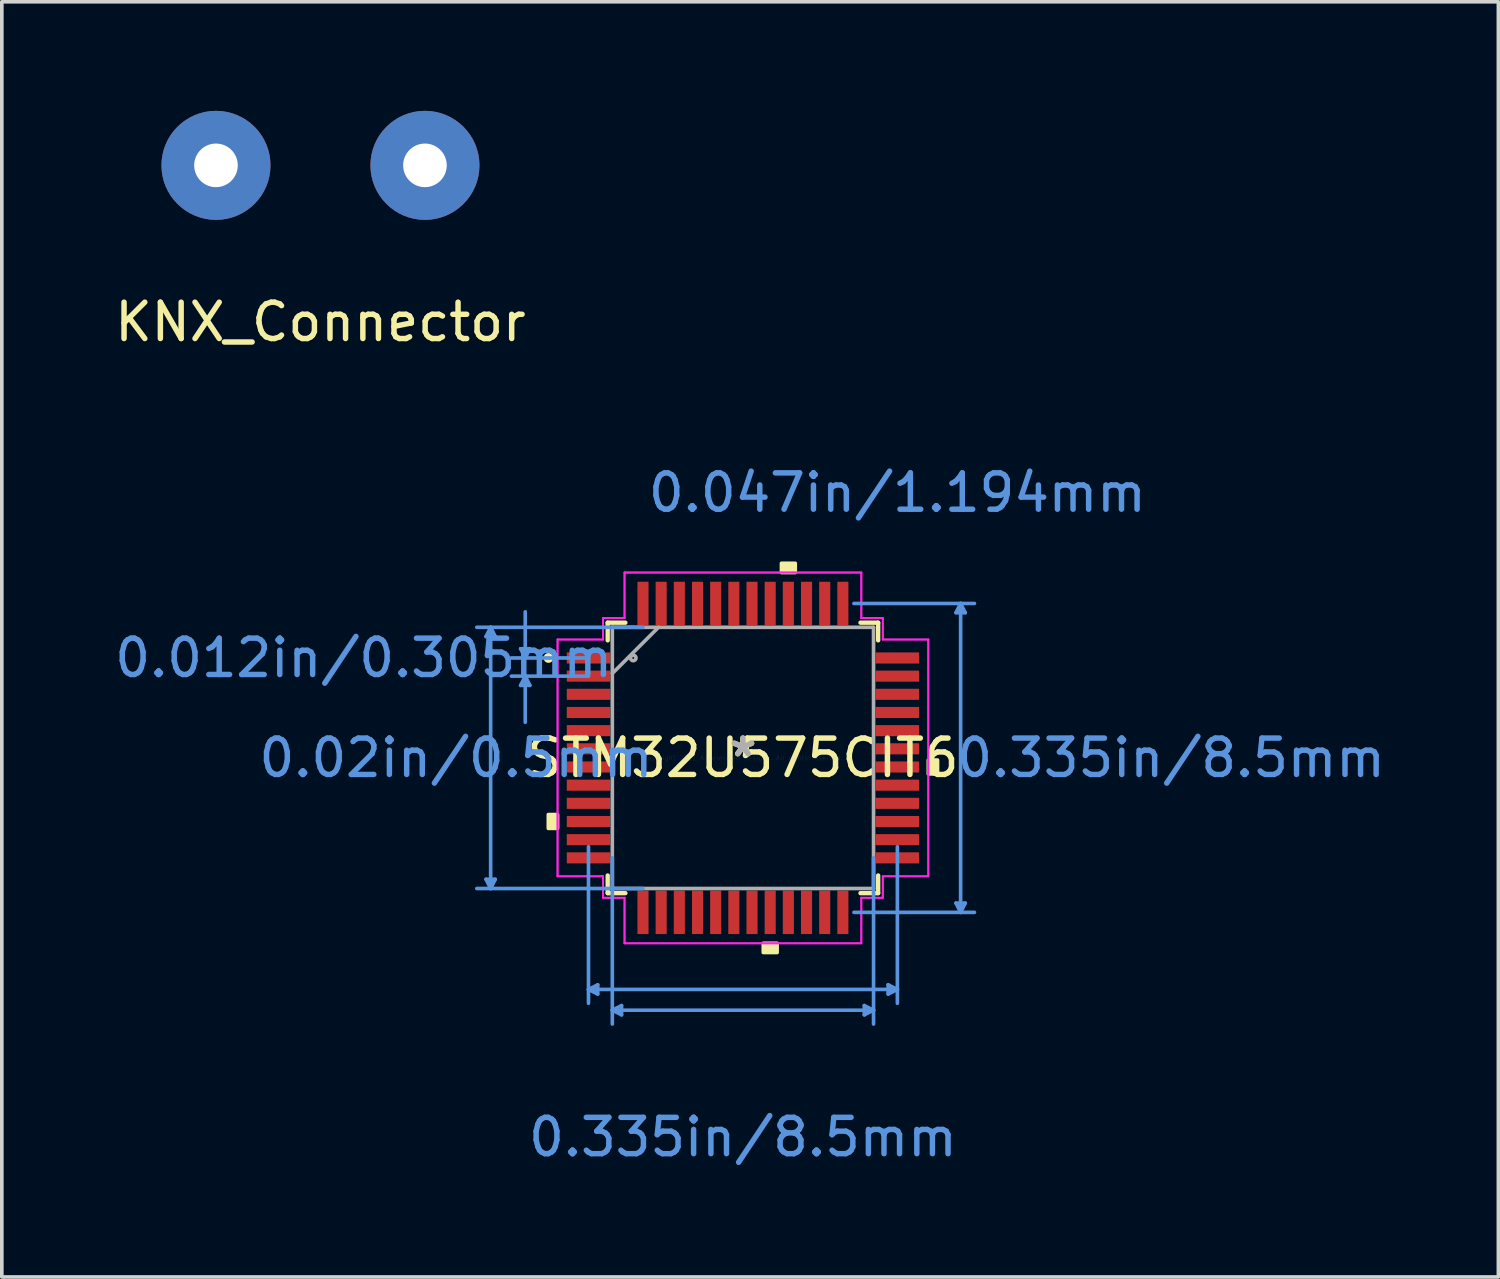
<source format=kicad_pcb>
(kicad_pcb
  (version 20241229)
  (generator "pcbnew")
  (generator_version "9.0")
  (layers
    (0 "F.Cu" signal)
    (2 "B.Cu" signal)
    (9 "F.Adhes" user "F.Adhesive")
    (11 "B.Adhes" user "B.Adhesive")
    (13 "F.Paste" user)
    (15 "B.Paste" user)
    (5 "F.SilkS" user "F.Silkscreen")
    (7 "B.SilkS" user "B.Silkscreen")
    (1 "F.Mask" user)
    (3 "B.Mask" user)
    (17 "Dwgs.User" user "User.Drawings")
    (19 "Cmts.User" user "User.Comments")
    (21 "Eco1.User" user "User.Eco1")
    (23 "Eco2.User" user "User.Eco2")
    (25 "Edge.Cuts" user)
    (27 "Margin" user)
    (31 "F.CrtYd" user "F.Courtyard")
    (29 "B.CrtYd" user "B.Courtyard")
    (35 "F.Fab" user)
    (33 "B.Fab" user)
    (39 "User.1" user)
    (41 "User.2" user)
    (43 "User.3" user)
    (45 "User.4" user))
  (footprint "STM32U575CIT6"
    (layer "F.Cu")
    (at 17.393 17.805)
    (property "Reference" "STM32U575CIT6" (at 0 0 0) (layer "F.SilkS") (effects (font (size 1 1) (thickness 0.15))))
    (attr through_hole)
    (fp_line (start -3.721 -3.721) (end -3.721 -3.235) (stroke (width 0.12) (type solid)) (layer "F.SilkS"))
    (fp_line (start -3.721 3.235) (end -3.721 3.721) (stroke (width 0.12) (type solid)) (layer "F.SilkS"))
    (fp_line (start -3.721 3.721) (end -3.235 3.721) (stroke (width 0.12) (type solid)) (layer "F.SilkS"))
    (fp_line (start -3.235 -3.721) (end -3.721 -3.721) (stroke (width 0.12) (type solid)) (layer "F.SilkS"))
    (fp_line (start 3.235 3.721) (end 3.721 3.721) (stroke (width 0.12) (type solid)) (layer "F.SilkS"))
    (fp_line (start 3.721 -3.721) (end 3.235 -3.721) (stroke (width 0.12) (type solid)) (layer "F.SilkS"))
    (fp_line (start 3.721 -3.235) (end 3.721 -3.721) (stroke (width 0.12) (type solid)) (layer "F.SilkS"))
    (fp_line (start 3.721 3.721) (end 3.721 3.235) (stroke (width 0.12) (type solid)) (layer "F.SilkS"))
    (fp_circle (center -5.351 -2.75) (end -5.275 -2.75) (stroke (width 0.12) (type solid)) (fill no) (layer "F.SilkS"))
    (fp_poly (pts (xy -5.355 1.559) (xy -5.355 1.94) (xy -5.101 1.94) (xy -5.101 1.559)) (stroke (width 0.1) (type solid)) (fill yes) (layer "F.SilkS"))
    (fp_poly (pts (xy 0.56 5.101) (xy 0.56 5.355) (xy 0.941 5.355) (xy 0.941 5.101)) (stroke (width 0.1) (type solid)) (fill yes) (layer "F.SilkS"))
    (fp_poly (pts (xy 1.06 -5.101) (xy 1.06 -5.355) (xy 1.44 -5.355) (xy 1.44 -5.101)) (stroke (width 0.1) (type solid)) (fill yes) (layer "F.SilkS"))
    (fp_poly (pts (xy 5.355 0.059) (xy 5.355 0.441) (xy 5.101 0.441) (xy 5.101 0.059)) (stroke (width 0.1) (type solid)) (fill yes) (layer "F.SilkS"))
    (fp_line (start -7.069 -3.34) (end -6.815 -3.34) (stroke (width 0.1) (type solid)) (layer "Cmts.User"))
    (fp_line (start -7.069 3.34) (end -6.815 3.34) (stroke (width 0.1) (type solid)) (layer "Cmts.User"))
    (fp_line (start -6.942 -3.594) (end -7.069 -3.34) (stroke (width 0.1) (type solid)) (layer "Cmts.User"))
    (fp_line (start -6.942 -3.594) (end -6.942 3.594) (stroke (width 0.1) (type solid)) (layer "Cmts.User"))
    (fp_line (start -6.942 -3.594) (end -6.815 -3.34) (stroke (width 0.1) (type solid)) (layer "Cmts.User"))
    (fp_line (start -6.942 3.594) (end -7.069 3.34) (stroke (width 0.1) (type solid)) (layer "Cmts.User"))
    (fp_line (start -6.942 3.594) (end -6.815 3.34) (stroke (width 0.1) (type solid)) (layer "Cmts.User"))
    (fp_line (start -6.117 -3.004) (end -5.863 -3.004) (stroke (width 0.1) (type solid)) (layer "Cmts.User"))
    (fp_line (start -6.117 -1.996) (end -5.863 -1.996) (stroke (width 0.1) (type solid)) (layer "Cmts.User"))
    (fp_line (start -5.99 -2.75) (end -6.117 -3.004) (stroke (width 0.1) (type solid)) (layer "Cmts.User"))
    (fp_line (start -5.99 -2.75) (end -5.99 -4.02) (stroke (width 0.1) (type solid)) (layer "Cmts.User"))
    (fp_line (start -5.99 -2.75) (end -5.863 -3.004) (stroke (width 0.1) (type solid)) (layer "Cmts.User"))
    (fp_line (start -5.99 -2.25) (end -6.117 -1.996) (stroke (width 0.1) (type solid)) (layer "Cmts.User"))
    (fp_line (start -5.99 -2.25) (end -5.99 -0.98) (stroke (width 0.1) (type solid)) (layer "Cmts.User"))
    (fp_line (start -5.99 -2.25) (end -5.863 -1.996) (stroke (width 0.1) (type solid)) (layer "Cmts.User"))
    (fp_line (start -4.25 -2.75) (end -6.371 -2.75) (stroke (width 0.1) (type solid)) (layer "Cmts.User"))
    (fp_line (start -4.25 -2.25) (end -6.371 -2.25) (stroke (width 0.1) (type solid)) (layer "Cmts.User"))
    (fp_line (start -4.25 2.445) (end -4.25 6.752) (stroke (width 0.1) (type solid)) (layer "Cmts.User"))
    (fp_line (start -4.25 6.371) (end -3.996 6.244) (stroke (width 0.1) (type solid)) (layer "Cmts.User"))
    (fp_line (start -4.25 6.371) (end -3.996 6.498) (stroke (width 0.1) (type solid)) (layer "Cmts.User"))
    (fp_line (start -4.25 6.371) (end 4.25 6.371) (stroke (width 0.1) (type solid)) (layer "Cmts.User"))
    (fp_line (start -3.996 6.244) (end -3.996 6.498) (stroke (width 0.1) (type solid)) (layer "Cmts.User"))
    (fp_line (start -3.594 2.75) (end -3.594 7.323) (stroke (width 0.1) (type solid)) (layer "Cmts.User"))
    (fp_line (start -3.594 6.942) (end -3.34 6.815) (stroke (width 0.1) (type solid)) (layer "Cmts.User"))
    (fp_line (start -3.594 6.942) (end -3.34 7.069) (stroke (width 0.1) (type solid)) (layer "Cmts.User"))
    (fp_line (start -3.594 6.942) (end 3.594 6.942) (stroke (width 0.1) (type solid)) (layer "Cmts.User"))
    (fp_line (start -3.34 6.815) (end -3.34 7.069) (stroke (width 0.1) (type solid)) (layer "Cmts.User"))
    (fp_line (start -2.75 -3.594) (end -7.323 -3.594) (stroke (width 0.1) (type solid)) (layer "Cmts.User"))
    (fp_line (start -2.75 3.594) (end -7.323 3.594) (stroke (width 0.1) (type solid)) (layer "Cmts.User"))
    (fp_line (start 3.055 -4.25) (end 6.371 -4.25) (stroke (width 0.1) (type solid)) (layer "Cmts.User"))
    (fp_line (start 3.055 4.25) (end 6.371 4.25) (stroke (width 0.1) (type solid)) (layer "Cmts.User"))
    (fp_line (start 3.34 6.815) (end 3.34 7.069) (stroke (width 0.1) (type solid)) (layer "Cmts.User"))
    (fp_line (start 3.594 2.75) (end 3.594 7.323) (stroke (width 0.1) (type solid)) (layer "Cmts.User"))
    (fp_line (start 3.594 6.942) (end 3.34 6.815) (stroke (width 0.1) (type solid)) (layer "Cmts.User"))
    (fp_line (start 3.594 6.942) (end 3.34 7.069) (stroke (width 0.1) (type solid)) (layer "Cmts.User"))
    (fp_line (start 3.996 6.244) (end 3.996 6.498) (stroke (width 0.1) (type solid)) (layer "Cmts.User"))
    (fp_line (start 4.25 2.445) (end 4.25 6.752) (stroke (width 0.1) (type solid)) (layer "Cmts.User"))
    (fp_line (start 4.25 6.371) (end 3.996 6.244) (stroke (width 0.1) (type solid)) (layer "Cmts.User"))
    (fp_line (start 4.25 6.371) (end 3.996 6.498) (stroke (width 0.1) (type solid)) (layer "Cmts.User"))
    (fp_line (start 5.863 -3.996) (end 6.117 -3.996) (stroke (width 0.1) (type solid)) (layer "Cmts.User"))
    (fp_line (start 5.863 3.996) (end 6.117 3.996) (stroke (width 0.1) (type solid)) (layer "Cmts.User"))
    (fp_line (start 5.99 -4.25) (end 5.863 -3.996) (stroke (width 0.1) (type solid)) (layer "Cmts.User"))
    (fp_line (start 5.99 -4.25) (end 5.99 4.25) (stroke (width 0.1) (type solid)) (layer "Cmts.User"))
    (fp_line (start 5.99 -4.25) (end 6.117 -3.996) (stroke (width 0.1) (type solid)) (layer "Cmts.User"))
    (fp_line (start 5.99 4.25) (end 5.863 3.996) (stroke (width 0.1) (type solid)) (layer "Cmts.User"))
    (fp_line (start 5.99 4.25) (end 6.117 3.996) (stroke (width 0.1) (type solid)) (layer "Cmts.User"))
    (fp_line (start -5.101 -3.258) (end -3.848 -3.258) (stroke (width 0.05) (type solid)) (layer "F.CrtYd"))
    (fp_line (start -5.101 -3.258) (end -3.848 -3.258) (stroke (width 0.05) (type solid)) (layer "F.CrtYd"))
    (fp_line (start -5.101 3.258) (end -5.101 -3.258) (stroke (width 0.05) (type solid)) (layer "F.CrtYd"))
    (fp_line (start -5.101 3.258) (end -5.101 -3.258) (stroke (width 0.05) (type solid)) (layer "F.CrtYd"))
    (fp_line (start -3.848 -3.848) (end -3.258 -3.848) (stroke (width 0.05) (type solid)) (layer "F.CrtYd"))
    (fp_line (start -3.848 -3.848) (end -3.258 -3.848) (stroke (width 0.05) (type solid)) (layer "F.CrtYd"))
    (fp_line (start -3.848 -3.258) (end -3.848 -3.848) (stroke (width 0.05) (type solid)) (layer "F.CrtYd"))
    (fp_line (start -3.848 -3.258) (end -3.848 -3.848) (stroke (width 0.05) (type solid)) (layer "F.CrtYd"))
    (fp_line (start -3.848 3.258) (end -5.101 3.258) (stroke (width 0.05) (type solid)) (layer "F.CrtYd"))
    (fp_line (start -3.848 3.258) (end -5.101 3.258) (stroke (width 0.05) (type solid)) (layer "F.CrtYd"))
    (fp_line (start -3.848 3.848) (end -3.848 3.258) (stroke (width 0.05) (type solid)) (layer "F.CrtYd"))
    (fp_line (start -3.848 3.848) (end -3.848 3.258) (stroke (width 0.05) (type solid)) (layer "F.CrtYd"))
    (fp_line (start -3.258 -5.101) (end 3.258 -5.101) (stroke (width 0.05) (type solid)) (layer "F.CrtYd"))
    (fp_line (start -3.258 -5.101) (end 3.258 -5.101) (stroke (width 0.05) (type solid)) (layer "F.CrtYd"))
    (fp_line (start -3.258 -3.848) (end -3.258 -5.101) (stroke (width 0.05) (type solid)) (layer "F.CrtYd"))
    (fp_line (start -3.258 -3.848) (end -3.258 -5.101) (stroke (width 0.05) (type solid)) (layer "F.CrtYd"))
    (fp_line (start -3.258 3.848) (end -3.848 3.848) (stroke (width 0.05) (type solid)) (layer "F.CrtYd"))
    (fp_line (start -3.258 3.848) (end -3.848 3.848) (stroke (width 0.05) (type solid)) (layer "F.CrtYd"))
    (fp_line (start -3.258 5.101) (end -3.258 3.848) (stroke (width 0.05) (type solid)) (layer "F.CrtYd"))
    (fp_line (start -3.258 5.101) (end -3.258 3.848) (stroke (width 0.05) (type solid)) (layer "F.CrtYd"))
    (fp_line (start 3.258 -5.101) (end 3.258 -3.848) (stroke (width 0.05) (type solid)) (layer "F.CrtYd"))
    (fp_line (start 3.258 -5.101) (end 3.258 -3.848) (stroke (width 0.05) (type solid)) (layer "F.CrtYd"))
    (fp_line (start 3.258 -3.848) (end 3.848 -3.848) (stroke (width 0.05) (type solid)) (layer "F.CrtYd"))
    (fp_line (start 3.258 -3.848) (end 3.848 -3.848) (stroke (width 0.05) (type solid)) (layer "F.CrtYd"))
    (fp_line (start 3.258 3.848) (end 3.258 5.101) (stroke (width 0.05) (type solid)) (layer "F.CrtYd"))
    (fp_line (start 3.258 3.848) (end 3.258 5.101) (stroke (width 0.05) (type solid)) (layer "F.CrtYd"))
    (fp_line (start 3.258 5.101) (end -3.258 5.101) (stroke (width 0.05) (type solid)) (layer "F.CrtYd"))
    (fp_line (start 3.258 5.101) (end -3.258 5.101) (stroke (width 0.05) (type solid)) (layer "F.CrtYd"))
    (fp_line (start 3.848 -3.848) (end 3.848 -3.258) (stroke (width 0.05) (type solid)) (layer "F.CrtYd"))
    (fp_line (start 3.848 -3.848) (end 3.848 -3.258) (stroke (width 0.05) (type solid)) (layer "F.CrtYd"))
    (fp_line (start 3.848 -3.258) (end 5.101 -3.258) (stroke (width 0.05) (type solid)) (layer "F.CrtYd"))
    (fp_line (start 3.848 -3.258) (end 5.101 -3.258) (stroke (width 0.05) (type solid)) (layer "F.CrtYd"))
    (fp_line (start 3.848 3.258) (end 3.848 3.848) (stroke (width 0.05) (type solid)) (layer "F.CrtYd"))
    (fp_line (start 3.848 3.258) (end 3.848 3.848) (stroke (width 0.05) (type solid)) (layer "F.CrtYd"))
    (fp_line (start 3.848 3.848) (end 3.258 3.848) (stroke (width 0.05) (type solid)) (layer "F.CrtYd"))
    (fp_line (start 3.848 3.848) (end 3.258 3.848) (stroke (width 0.05) (type solid)) (layer "F.CrtYd"))
    (fp_line (start 5.101 -3.258) (end 5.101 3.258) (stroke (width 0.05) (type solid)) (layer "F.CrtYd"))
    (fp_line (start 5.101 -3.258) (end 5.101 3.258) (stroke (width 0.05) (type solid)) (layer "F.CrtYd"))
    (fp_line (start 5.101 3.258) (end 3.848 3.258) (stroke (width 0.05) (type solid)) (layer "F.CrtYd"))
    (fp_line (start 5.101 3.258) (end 3.848 3.258) (stroke (width 0.05) (type solid)) (layer "F.CrtYd"))
    (fp_line (start -3.594 -3.594) (end -3.594 3.594) (stroke (width 0.1) (type solid)) (layer "F.Fab"))
    (fp_line (start -3.594 -2.324) (end -2.324 -3.594) (stroke (width 0.1) (type solid)) (layer "F.Fab"))
    (fp_line (start -3.594 3.594) (end 3.594 3.594) (stroke (width 0.1) (type solid)) (layer "F.Fab"))
    (fp_line (start 3.594 -3.594) (end -3.594 -3.594) (stroke (width 0.1) (type solid)) (layer "F.Fab"))
    (fp_line (start 3.594 3.594) (end 3.594 -3.594) (stroke (width 0.1) (type solid)) (layer "F.Fab"))
    (fp_circle (center -3.018 -2.75) (end -2.942 -2.75) (stroke (width 0.1) (type solid)) (fill no) (layer "F.Fab"))
    (fp_text user "*" (at 0 0 0) (layer "F.SilkS") (effects (font (size 1 1) (thickness 0.15))))
    (fp_text user "0.047in/1.194mm" (at 4.25 -7.298 0) (layer "Cmts.User") (effects (font (size 1 1) (thickness 0.15))))
    (fp_text user "0.012in/0.305mm" (at -10.435 -2.75 0) (layer "Cmts.User") (effects (font (size 1 1) (thickness 0.15))))
    (fp_text user "0.02in/0.5mm" (at -7.895 0 0) (layer "Cmts.User") (effects (font (size 1 1) (thickness 0.15))))
    (fp_text user "0.335in/8.5mm" (at 11.781 0 0) (layer "Cmts.User") (effects (font (size 1 1) (thickness 0.15))))
    (fp_text user "Copyright 2021 Accelerated Designs. All rights reserved." (at 0 0 0) (layer "Cmts.User") (effects (font (size 0.127 0.127) (thickness 0.002))))
    (fp_text user "0.335in/8.5mm" (at 0 10.435 0) (layer "Cmts.User") (effects (font (size 1 1) (thickness 0.15))))
    (fp_text user "*" (at 0 0 0) (layer "F.Fab") (effects (font (size 1 1) (thickness 0.15))))
    (pad "1" smd rect (at -4.25 -2.75) (size 1.194 0.305) (layers "F.Cu" "F.Mask" "F.Paste"))
    (pad "2" smd rect (at -4.25 -2.25) (size 1.194 0.305) (layers "F.Cu" "F.Mask" "F.Paste"))
    (pad "3" smd rect (at -4.25 -1.75) (size 1.194 0.305) (layers "F.Cu" "F.Mask" "F.Paste"))
    (pad "4" smd rect (at -4.25 -1.25) (size 1.194 0.305) (layers "F.Cu" "F.Mask" "F.Paste"))
    (pad "5" smd rect (at -4.25 -0.75) (size 1.194 0.305) (layers "F.Cu" "F.Mask" "F.Paste"))
    (pad "6" smd rect (at -4.25 -0.25) (size 1.194 0.305) (layers "F.Cu" "F.Mask" "F.Paste"))
    (pad "7" smd rect (at -4.25 0.25) (size 1.194 0.305) (layers "F.Cu" "F.Mask" "F.Paste"))
    (pad "8" smd rect (at -4.25 0.75) (size 1.194 0.305) (layers "F.Cu" "F.Mask" "F.Paste"))
    (pad "9" smd rect (at -4.25 1.25) (size 1.194 0.305) (layers "F.Cu" "F.Mask" "F.Paste"))
    (pad "10" smd rect (at -4.25 1.75) (size 1.194 0.305) (layers "F.Cu" "F.Mask" "F.Paste"))
    (pad "11" smd rect (at -4.25 2.25) (size 1.194 0.305) (layers "F.Cu" "F.Mask" "F.Paste"))
    (pad "12" smd rect (at -4.25 2.75) (size 1.194 0.305) (layers "F.Cu" "F.Mask" "F.Paste"))
    (pad "13" smd rect (at -2.75 4.25 90) (size 1.194 0.305) (layers "F.Cu" "F.Mask" "F.Paste"))
    (pad "14" smd rect (at -2.25 4.25 90) (size 1.194 0.305) (layers "F.Cu" "F.Mask" "F.Paste"))
    (pad "15" smd rect (at -1.75 4.25 90) (size 1.194 0.305) (layers "F.Cu" "F.Mask" "F.Paste"))
    (pad "16" smd rect (at -1.25 4.25 90) (size 1.194 0.305) (layers "F.Cu" "F.Mask" "F.Paste"))
    (pad "17" smd rect (at -0.75 4.25 90) (size 1.194 0.305) (layers "F.Cu" "F.Mask" "F.Paste"))
    (pad "18" smd rect (at -0.25 4.25 90) (size 1.194 0.305) (layers "F.Cu" "F.Mask" "F.Paste"))
    (pad "19" smd rect (at 0.25 4.25 90) (size 1.194 0.305) (layers "F.Cu" "F.Mask" "F.Paste"))
    (pad "20" smd rect (at 0.75 4.25 90) (size 1.194 0.305) (layers "F.Cu" "F.Mask" "F.Paste"))
    (pad "21" smd rect (at 1.25 4.25 90) (size 1.194 0.305) (layers "F.Cu" "F.Mask" "F.Paste"))
    (pad "22" smd rect (at 1.75 4.25 90) (size 1.194 0.305) (layers "F.Cu" "F.Mask" "F.Paste"))
    (pad "23" smd rect (at 2.25 4.25 90) (size 1.194 0.305) (layers "F.Cu" "F.Mask" "F.Paste"))
    (pad "24" smd rect (at 2.75 4.25 90) (size 1.194 0.305) (layers "F.Cu" "F.Mask" "F.Paste"))
    (pad "25" smd rect (at 4.25 2.75) (size 1.194 0.305) (layers "F.Cu" "F.Mask" "F.Paste"))
    (pad "26" smd rect (at 4.25 2.25) (size 1.194 0.305) (layers "F.Cu" "F.Mask" "F.Paste"))
    (pad "27" smd rect (at 4.25 1.75) (size 1.194 0.305) (layers "F.Cu" "F.Mask" "F.Paste"))
    (pad "28" smd rect (at 4.25 1.25) (size 1.194 0.305) (layers "F.Cu" "F.Mask" "F.Paste"))
    (pad "29" smd rect (at 4.25 0.75) (size 1.194 0.305) (layers "F.Cu" "F.Mask" "F.Paste"))
    (pad "30" smd rect (at 4.25 0.25) (size 1.194 0.305) (layers "F.Cu" "F.Mask" "F.Paste"))
    (pad "31" smd rect (at 4.25 -0.25) (size 1.194 0.305) (layers "F.Cu" "F.Mask" "F.Paste"))
    (pad "32" smd rect (at 4.25 -0.75) (size 1.194 0.305) (layers "F.Cu" "F.Mask" "F.Paste"))
    (pad "33" smd rect (at 4.25 -1.25) (size 1.194 0.305) (layers "F.Cu" "F.Mask" "F.Paste"))
    (pad "34" smd rect (at 4.25 -1.75) (size 1.194 0.305) (layers "F.Cu" "F.Mask" "F.Paste"))
    (pad "35" smd rect (at 4.25 -2.25) (size 1.194 0.305) (layers "F.Cu" "F.Mask" "F.Paste"))
    (pad "36" smd rect (at 4.25 -2.75) (size 1.194 0.305) (layers "F.Cu" "F.Mask" "F.Paste"))
    (pad "37" smd rect (at 2.75 -4.25 90) (size 1.194 0.305) (layers "F.Cu" "F.Mask" "F.Paste"))
    (pad "38" smd rect (at 2.25 -4.25 90) (size 1.194 0.305) (layers "F.Cu" "F.Mask" "F.Paste"))
    (pad "39" smd rect (at 1.75 -4.25 90) (size 1.194 0.305) (layers "F.Cu" "F.Mask" "F.Paste"))
    (pad "40" smd rect (at 1.25 -4.25 90) (size 1.194 0.305) (layers "F.Cu" "F.Mask" "F.Paste"))
    (pad "41" smd rect (at 0.75 -4.25 90) (size 1.194 0.305) (layers "F.Cu" "F.Mask" "F.Paste"))
    (pad "42" smd rect (at 0.25 -4.25 90) (size 1.194 0.305) (layers "F.Cu" "F.Mask" "F.Paste"))
    (pad "43" smd rect (at -0.25 -4.25 90) (size 1.194 0.305) (layers "F.Cu" "F.Mask" "F.Paste"))
    (pad "44" smd rect (at -0.75 -4.25 90) (size 1.194 0.305) (layers "F.Cu" "F.Mask" "F.Paste"))
    (pad "45" smd rect (at -1.25 -4.25 90) (size 1.194 0.305) (layers "F.Cu" "F.Mask" "F.Paste"))
    (pad "46" smd rect (at -1.75 -4.25 90) (size 1.194 0.305) (layers "F.Cu" "F.Mask" "F.Paste"))
    (pad "47" smd rect (at -2.25 -4.25 90) (size 1.194 0.305) (layers "F.Cu" "F.Mask" "F.Paste"))
    (pad "48" smd rect (at -2.75 -4.25 90) (size 1.194 0.305) (layers "F.Cu" "F.Mask" "F.Paste")))
  (footprint "KNX_Connector"
    (layer "F.Cu")
    (at 5.768 5.31)
    (property "Reference" "KNX_Connector" (at 0 0.5 0) (layer "F.SilkS") (effects (font (size 1 1) (thickness 0.15))))
    (attr through_hole)
    (pad "1" thru_hole circle (at -2.875 -3.81) (size 3 3) (drill 1.2) (layers "*.Cu" "*.Mask"))
    (pad "2" thru_hole circle (at 2.875 -3.81) (size 3 3) (drill 1.2) (layers "*.Cu" "*.Mask")))
  (gr_rect
    (start -3 -3)
    (end 38.18 32.088)
    (stroke (width 0.1) (type default))
    (fill no)
    (layer "Edge.Cuts")))
</source>
